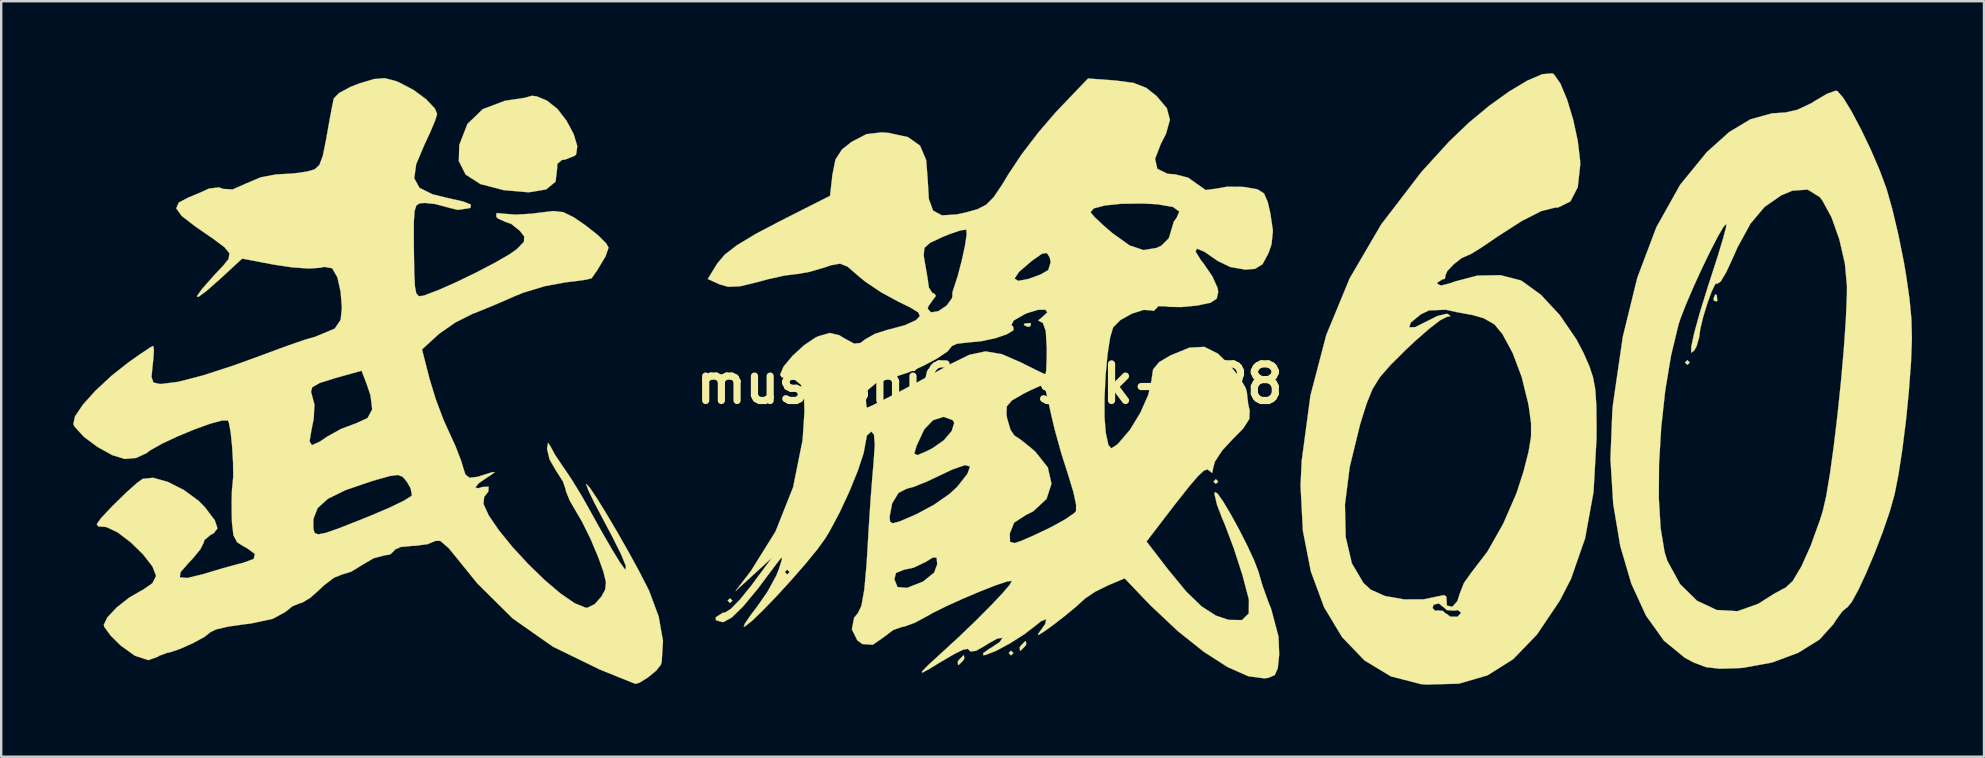
<source format=kicad_pcb>
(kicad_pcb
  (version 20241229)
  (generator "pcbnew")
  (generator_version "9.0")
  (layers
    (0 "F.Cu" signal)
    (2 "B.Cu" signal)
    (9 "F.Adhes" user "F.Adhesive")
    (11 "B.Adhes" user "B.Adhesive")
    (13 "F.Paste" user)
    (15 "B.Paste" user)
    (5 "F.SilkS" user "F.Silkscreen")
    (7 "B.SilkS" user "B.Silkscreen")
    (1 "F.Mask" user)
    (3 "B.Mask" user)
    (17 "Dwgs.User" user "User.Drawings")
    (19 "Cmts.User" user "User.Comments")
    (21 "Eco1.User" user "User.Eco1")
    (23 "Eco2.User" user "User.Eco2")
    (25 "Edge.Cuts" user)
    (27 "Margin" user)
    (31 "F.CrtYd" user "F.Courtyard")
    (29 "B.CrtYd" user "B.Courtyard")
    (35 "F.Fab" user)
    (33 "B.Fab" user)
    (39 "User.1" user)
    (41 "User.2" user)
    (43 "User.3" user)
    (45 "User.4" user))
  (footprint "musashi60-silk-128"
    (layer "F.Cu")
    (at 38.181 12.946)
    (property "Reference" "musashi60-silk-128" (at 0 0 0) (layer "F.SilkS") (effects (font (size 1.524 1.524) (thickness 0.3))))
    (attr through_hole)
    (fp_poly (pts (xy -10.716 9.029) (xy -10.815 9.128) (xy -10.914 9.029) (xy -10.815 8.93) (xy -10.716 9.029)) (stroke (width 0.01) (type solid)) (fill yes) (layer "F.SilkS"))
    (fp_poly (pts (xy 0.992 11.212) (xy 0.893 11.311) (xy 0.794 11.212) (xy 0.893 11.113) (xy 0.992 11.212)) (stroke (width 0.01) (type solid)) (fill yes) (layer "F.SilkS"))
    (fp_poly (pts (xy 9.525 4.068) (xy 9.426 4.167) (xy 9.327 4.068) (xy 9.426 3.969) (xy 9.525 4.068)) (stroke (width 0.01) (type solid)) (fill yes) (layer "F.SilkS"))
    (fp_poly (pts (xy 29.17 -0.893) (xy 29.071 -0.794) (xy 28.972 -0.893) (xy 29.071 -0.992) (xy 29.17 -0.893)) (stroke (width 0.01) (type solid)) (fill yes) (layer "F.SilkS"))
    (fp_poly (pts (xy 1.72 -2.514) (xy 1.693 -2.396) (xy 1.587 -2.381) (xy 1.424 -2.454) (xy 1.455 -2.514) (xy 1.691 -2.537) (xy 1.72 -2.514)) (stroke (width 0.01) (type solid)) (fill yes) (layer "F.SilkS"))
    (fp_poly (pts (xy 30.295 -3.704) (xy 30.319 -3.469) (xy 30.295 -3.44) (xy 30.177 -3.467) (xy 30.163 -3.572) (xy 30.235 -3.735) (xy 30.295 -3.704)) (stroke (width 0.01) (type solid)) (fill yes) (layer "F.SilkS"))
    (fp_poly (pts (xy -1.054 11.439) (xy -1.091 11.509) (xy -1.278 11.699) (xy -1.313 11.708) (xy -1.327 11.58) (xy -1.29 11.509) (xy -1.103 11.32) (xy -1.068 11.311) (xy -1.054 11.439)) (stroke (width 0.01) (type solid)) (fill yes) (layer "F.SilkS"))
    (fp_poly (pts (xy 1.525 10.844) (xy 1.488 10.914) (xy 1.301 11.104) (xy 1.266 11.113) (xy 1.253 10.984) (xy 1.29 10.914) (xy 1.477 10.725) (xy 1.512 10.716) (xy 1.525 10.844)) (stroke (width 0.01) (type solid)) (fill yes) (layer "F.SilkS"))
    (fp_poly (pts (xy -18.869 -11.982) (xy -18.464 -11.812) (xy -18.428 -11.793) (xy -18.007 -11.458) (xy -17.623 -10.961) (xy -17.329 -10.409) (xy -17.179 -9.907) (xy -17.226 -9.563) (xy -17.283 -9.509) (xy -17.684 -9.348) (xy -17.822 -9.33) (xy -18.01 -9.168) (xy -18.021 -8.96) (xy -18.083 -8.429) (xy -18.48 -8.102) (xy -19.204 -7.983) (xy -20.241 -8.073) (xy -21.215 -8.327) (xy -21.832 -8.723) (xy -22.114 -9.283) (xy -22.097 -9.955) (xy -21.756 -10.832) (xy -21.117 -11.449) (xy -20.191 -11.797) (xy -19.853 -11.849) (xy -19.37 -11.921) (xy -19.094 -11.998) (xy -19.082 -12.007) (xy -18.869 -11.982)) (stroke (width 0.01) (type solid)) (fill yes) (layer "F.SilkS"))
    (fp_poly (pts (xy 35.319 -12.205) (xy 35.562 -11.926) (xy 35.905 -11.367) (xy 36.302 -10.618) (xy 36.708 -9.771) (xy 37.077 -8.916) (xy 37.365 -8.141) (xy 37.372 -8.119) (xy 37.615 -7.262) (xy 37.869 -6.184) (xy 38.094 -5.059) (xy 38.187 -4.511) (xy 38.327 -3.535) (xy 38.405 -2.703) (xy 38.426 -1.882) (xy 38.391 -0.94) (xy 38.303 0.254) (xy 38.295 0.351) (xy 38.179 1.519) (xy 38.03 2.705) (xy 37.867 3.771) (xy 37.709 4.582) (xy 37.704 4.602) (xy 37.502 5.318) (xy 37.216 6.153) (xy 36.88 7.028) (xy 36.529 7.863) (xy 36.196 8.578) (xy 35.916 9.09) (xy 35.724 9.321) (xy 35.702 9.327) (xy 35.52 9.481) (xy 35.244 9.865) (xy 35.165 9.996) (xy 34.577 10.649) (xy 33.69 11.201) (xy 32.596 11.608) (xy 31.389 11.828) (xy 31.197 11.842) (xy 30.409 11.865) (xy 29.844 11.798) (xy 29.333 11.606) (xy 28.964 11.408) (xy 28.093 10.695) (xy 27.345 9.649) (xy 26.735 8.32) (xy 26.276 6.756) (xy 25.982 5.005) (xy 25.966 4.755) (xy 27.881 4.755) (xy 27.957 6.011) (xy 28.122 7.006) (xy 28.233 7.362) (xy 28.766 8.339) (xy 29.472 9.032) (xy 30.289 9.417) (xy 31.16 9.468) (xy 32.026 9.16) (xy 32.169 9.069) (xy 32.678 8.746) (xy 33.093 8.52) (xy 33.158 8.491) (xy 33.462 8.207) (xy 33.824 7.6) (xy 34.211 6.735) (xy 34.594 5.674) (xy 34.71 5.306) (xy 34.855 4.677) (xy 35.012 3.737) (xy 35.173 2.569) (xy 35.329 1.258) (xy 35.471 -0.11) (xy 35.589 -1.453) (xy 35.674 -2.684) (xy 35.718 -3.721) (xy 35.721 -4.068) (xy 35.634 -5.012) (xy 35.405 -6.016) (xy 35.077 -6.942) (xy 34.692 -7.649) (xy 34.58 -7.789) (xy 34.083 -8.097) (xy 33.445 -8.052) (xy 32.98 -7.857) (xy 32.288 -7.376) (xy 31.701 -6.679) (xy 31.159 -5.688) (xy 30.974 -5.268) (xy 30.694 -4.662) (xy 30.464 -4.275) (xy 30.328 -4.175) (xy 30.316 -4.195) (xy 30.228 -4.154) (xy 30.076 -3.834) (xy 29.899 -3.345) (xy 29.73 -2.792) (xy 29.607 -2.282) (xy 29.564 -1.954) (xy 29.454 -1.566) (xy 29.354 -1.389) (xy 29.231 -1.301) (xy 29.234 -1.555) (xy 29.355 -2.117) (xy 29.586 -2.955) (xy 29.92 -4.036) (xy 30.085 -4.543) (xy 30.354 -5.381) (xy 30.561 -6.068) (xy 30.682 -6.524) (xy 30.701 -6.672) (xy 30.58 -6.552) (xy 30.344 -6.148) (xy 30.031 -5.542) (xy 29.679 -4.815) (xy 29.328 -4.048) (xy 29.016 -3.322) (xy 28.782 -2.721) (xy 28.704 -2.48) (xy 28.392 -1.187) (xy 28.15 0.267) (xy 27.982 1.799) (xy 27.891 3.323) (xy 27.881 4.755) (xy 25.966 4.755) (xy 25.866 3.118) (xy 25.944 1.142) (xy 25.974 0.831) (xy 26.381 -1.964) (xy 26.982 -4.415) (xy 27.778 -6.526) (xy 28.771 -8.299) (xy 29.876 -9.654) (xy 30.818 -10.498) (xy 31.693 -11.023) (xy 32.593 -11.273) (xy 33.161 -11.31) (xy 33.648 -11.421) (xy 34.236 -11.698) (xy 34.415 -11.81) (xy 34.893 -12.09) (xy 35.241 -12.214) (xy 35.319 -12.205)) (stroke (width 0.01) (type solid)) (fill yes) (layer "F.SilkS"))
    (fp_poly (pts (xy 23.512 -12.901) (xy 23.784 -12.509) (xy 24.063 -11.838) (xy 24.315 -11.005) (xy 24.505 -10.126) (xy 24.601 -9.317) (xy 24.606 -9.12) (xy 24.504 -8.193) (xy 24.197 -7.603) (xy 23.688 -7.352) (xy 23.539 -7.342) (xy 22.987 -7.203) (xy 22.181 -6.795) (xy 21.147 -6.131) (xy 21.001 -6.029) (xy 20.47 -5.669) (xy 20.075 -5.425) (xy 19.927 -5.358) (xy 19.667 -5.245) (xy 19.338 -4.986) (xy 19.067 -4.699) (xy 18.983 -4.502) (xy 18.991 -4.491) (xy 18.964 -4.375) (xy 18.885 -4.366) (xy 18.666 -4.231) (xy 18.653 -4.165) (xy 18.813 -4.1) (xy 19.232 -4.208) (xy 19.372 -4.264) (xy 20.314 -4.513) (xy 21.283 -4.532) (xy 22.114 -4.318) (xy 22.185 -4.283) (xy 22.972 -3.711) (xy 23.759 -2.864) (xy 24.451 -1.851) (xy 24.745 -1.29) (xy 24.984 -0.748) (xy 25.142 -0.274) (xy 25.235 0.237) (xy 25.278 0.89) (xy 25.288 1.79) (xy 25.286 2.282) (xy 25.161 4.502) (xy 24.81 6.433) (xy 24.223 8.12) (xy 23.749 9.04) (xy 22.804 10.441) (xy 21.813 11.468) (xy 20.741 12.143) (xy 19.549 12.488) (xy 18.201 12.526) (xy 17.959 12.504) (xy 16.715 12.183) (xy 15.618 11.52) (xy 14.685 10.549) (xy 13.957 9.338) (xy 18.455 9.338) (xy 18.574 9.461) (xy 18.639 9.434) (xy 18.894 9.459) (xy 18.949 9.522) (xy 19.199 9.695) (xy 19.499 9.699) (xy 19.645 9.533) (xy 19.645 9.531) (xy 19.501 9.418) (xy 19.368 9.446) (xy 19.047 9.423) (xy 18.959 9.34) (xy 18.715 9.145) (xy 18.497 9.199) (xy 18.455 9.338) (xy 13.957 9.338) (xy 13.935 9.302) (xy 13.384 7.812) (xy 13.051 6.114) (xy 12.995 5.024) (xy 14.804 5.024) (xy 14.835 6.376) (xy 15.093 7.476) (xy 15.577 8.295) (xy 15.881 8.573) (xy 16.474 8.836) (xy 17.269 8.976) (xy 18.082 8.975) (xy 18.608 8.864) (xy 18.938 8.798) (xy 19.031 8.865) (xy 19.052 9.234) (xy 19.28 9.283) (xy 19.489 9.047) (xy 19.578 8.762) (xy 19.763 8.29) (xy 20.056 7.88) (xy 20.742 6.983) (xy 21.397 5.828) (xy 21.951 4.553) (xy 22.24 3.664) (xy 22.455 2.821) (xy 22.558 2.198) (xy 22.559 1.636) (xy 22.469 0.977) (xy 22.436 0.795) (xy 22.168 -0.29) (xy 21.794 -1.287) (xy 21.363 -2.084) (xy 21.032 -2.482) (xy 20.594 -2.734) (xy 20.126 -2.87) (xy 19.479 -2.989) (xy 19.001 -3.092) (xy 18.302 -3.063) (xy 17.959 -2.896) (xy 17.546 -2.555) (xy 17.482 -2.359) (xy 17.729 -2.367) (xy 18.157 -2.58) (xy 18.651 -2.828) (xy 19.031 -2.921) (xy 19.1 -2.909) (xy 19.2 -2.82) (xy 19.044 -2.794) (xy 18.777 -2.656) (xy 18.31 -2.297) (xy 17.719 -1.78) (xy 17.351 -1.433) (xy 16.696 -0.783) (xy 16.256 -0.277) (xy 15.952 0.213) (xy 15.709 0.812) (xy 15.448 1.646) (xy 15.434 1.692) (xy 15.004 3.452) (xy 14.804 5.024) (xy 12.995 5.024) (xy 12.954 4.24) (xy 13.002 3.207) (xy 13.367 0.48) (xy 14.026 -2.038) (xy 15.001 -4.398) (xy 16.315 -6.646) (xy 17.991 -8.832) (xy 19.136 -10.089) (xy 19.951 -10.871) (xy 20.808 -11.583) (xy 21.646 -12.185) (xy 22.404 -12.638) (xy 23.02 -12.903) (xy 23.435 -12.941) (xy 23.512 -12.901)) (stroke (width 0.01) (type solid)) (fill yes) (layer "F.SilkS"))
    (fp_poly (pts (xy -24.772 -12.63) (xy -24.609 -12.566) (xy -24.01 -12.253) (xy -23.475 -11.86) (xy -23.113 -11.475) (xy -23.019 -11.247) (xy -23.101 -10.975) (xy -23.312 -10.472) (xy -23.537 -9.994) (xy -23.891 -9.156) (xy -23.972 -8.569) (xy -23.756 -8.172) (xy -23.216 -7.902) (xy -22.583 -7.747) (xy -21.921 -7.598) (xy -21.614 -7.473) (xy -21.623 -7.355) (xy -21.671 -7.323) (xy -22.155 -7.251) (xy -22.52 -7.341) (xy -23.101 -7.495) (xy -23.525 -7.541) (xy -23.743 -7.527) (xy -23.882 -7.44) (xy -23.958 -7.205) (xy -23.989 -6.752) (xy -23.99 -6.007) (xy -23.986 -5.55) (xy -23.972 -4.65) (xy -23.945 -4.078) (xy -23.887 -3.77) (xy -23.783 -3.656) (xy -23.616 -3.671) (xy -23.541 -3.693) (xy -22.951 -3.917) (xy -22.191 -4.255) (xy -21.372 -4.652) (xy -20.605 -5.053) (xy -20 -5.403) (xy -19.695 -5.619) (xy -19.401 -5.924) (xy -19.392 -6.147) (xy -19.577 -6.384) (xy -19.928 -6.666) (xy -20.16 -6.747) (xy -20.492 -6.895) (xy -20.556 -6.974) (xy -20.543 -7.121) (xy -20.221 -7.09) (xy -19.741 -7.054) (xy -19.078 -7.093) (xy -18.766 -7.134) (xy -18.186 -7.204) (xy -17.762 -7.156) (xy -17.331 -6.946) (xy -16.831 -6.603) (xy -16.319 -6.198) (xy -15.972 -5.853) (xy -15.875 -5.681) (xy -15.999 -5.322) (xy -16.34 -4.75) (xy -16.583 -4.402) (xy -16.788 -4.349) (xy -17.268 -4.279) (xy -17.69 -4.23) (xy -18.535 -4.073) (xy -19.425 -3.803) (xy -19.745 -3.674) (xy -20.499 -3.345) (xy -21.265 -3.028) (xy -21.555 -2.915) (xy -22.254 -2.564) (xy -22.917 -2.103) (xy -23.012 -2.02) (xy -23.649 -1.438) (xy -23.339 -0.226) (xy -23.081 0.622) (xy -22.757 1.486) (xy -22.556 1.932) (xy -22.253 2.594) (xy -22.016 3.21) (xy -21.947 3.444) (xy -21.842 3.774) (xy -21.671 3.909) (xy -21.329 3.869) (xy -20.737 3.681) (xy -20.611 3.67) (xy -20.804 3.815) (xy -20.886 3.863) (xy -21.275 4.129) (xy -21.427 4.31) (xy -21.308 4.348) (xy -21.134 4.294) (xy -20.873 4.281) (xy -20.885 4.485) (xy -21.059 4.708) (xy -21.089 4.998) (xy -20.867 5.481) (xy -20.446 6.098) (xy -19.883 6.79) (xy -19.231 7.498) (xy -18.546 8.164) (xy -17.881 8.729) (xy -17.292 9.134) (xy -16.834 9.321) (xy -16.761 9.327) (xy -16.454 9.175) (xy -16.173 8.859) (xy -16.017 8.568) (xy -15.984 8.269) (xy -16.085 7.839) (xy -16.305 7.222) (xy -16.625 6.46) (xy -16.982 5.737) (xy -17.203 5.361) (xy -17.492 4.864) (xy -17.651 4.473) (xy -17.661 4.4) (xy -17.776 4.064) (xy -18.053 3.632) (xy -18.058 3.626) (xy -18.336 3.14) (xy -18.439 2.702) (xy -18.399 2.452) (xy -18.309 2.58) (xy -18.118 2.934) (xy -17.802 3.408) (xy -17.754 3.473) (xy -17.401 3.999) (xy -16.986 4.68) (xy -16.771 5.06) (xy -16.208 6.072) (xy -15.74 6.883) (xy -15.394 7.447) (xy -15.196 7.721) (xy -15.168 7.739) (xy -15.155 7.587) (xy -15.341 7.125) (xy -15.73 6.343) (xy -16.123 5.606) (xy -16.468 4.949) (xy -16.71 4.449) (xy -16.809 4.188) (xy -16.803 4.167) (xy -16.654 4.329) (xy -16.361 4.766) (xy -15.968 5.403) (xy -15.518 6.164) (xy -15.056 6.976) (xy -14.625 7.763) (xy -14.27 8.45) (xy -14.181 8.632) (xy -13.788 9.692) (xy -13.608 10.713) (xy -13.662 11.573) (xy -13.697 11.701) (xy -13.89 11.944) (xy -14.244 12.235) (xy -14.597 12.453) (xy -14.757 12.496) (xy -14.939 12.424) (xy -15.4 12.239) (xy -16.049 11.977) (xy -16.242 11.898) (xy -18.197 10.946) (xy -19.871 9.77) (xy -21.347 8.308) (xy -22.014 7.482) (xy -22.533 6.845) (xy -22.886 6.539) (xy -23.089 6.539) (xy -23.411 6.675) (xy -23.939 6.745) (xy -24.051 6.747) (xy -24.533 6.793) (xy -24.791 6.908) (xy -24.805 6.945) (xy -24.972 7.104) (xy -25.22 7.144) (xy -25.668 7.263) (xy -26.14 7.541) (xy -26.595 7.821) (xy -26.977 7.938) (xy -27.317 8.073) (xy -27.755 8.409) (xy -27.88 8.533) (xy -28.298 8.907) (xy -28.642 9.114) (xy -28.711 9.128) (xy -29.039 9.258) (xy -29.343 9.499) (xy -29.869 9.787) (xy -30.779 9.981) (xy -31.027 10.011) (xy -31.712 10.108) (xy -32.227 10.227) (xy -32.456 10.337) (xy -32.706 10.535) (xy -33.176 10.792) (xy -33.711 11.033) (xy -34.155 11.184) (xy -34.266 11.202) (xy -34.605 11.328) (xy -34.646 11.363) (xy -35.052 11.507) (xy -35.614 11.323) (xy -36.208 10.894) (xy -36.625 10.48) (xy -36.876 10.139) (xy -36.909 10.038) (xy -36.754 9.721) (xy -36.363 9.309) (xy -35.844 8.9) (xy -35.307 8.59) (xy -35.272 8.575) (xy -34.882 8.304) (xy -34.727 7.999) (xy -34.879 7.605) (xy -35.266 7.106) (xy -35.783 6.6) (xy -36.325 6.188) (xy -36.786 5.967) (xy -36.893 5.953) (xy -37.143 5.935) (xy -37.198 5.839) (xy -37.031 5.602) (xy -36.617 5.16) (xy -36.504 5.045) (xy -35.986 4.538) (xy -35.535 4.136) (xy -35.287 3.954) (xy -34.848 3.909) (xy -34.235 4.083) (xy -33.565 4.422) (xy -32.951 4.874) (xy -32.68 5.152) (xy -32.281 5.683) (xy -32.17 6.019) (xy -32.332 6.227) (xy -32.445 6.278) (xy -32.711 6.501) (xy -32.748 6.619) (xy -32.883 6.889) (xy -33.214 7.292) (xy -33.355 7.437) (xy -33.71 7.844) (xy -33.738 8.058) (xy -33.43 8.085) (xy -32.777 7.928) (xy -32.594 7.872) (xy -31.912 7.668) (xy -31.295 7.501) (xy -31.105 7.455) (xy -30.661 7.291) (xy -30.611 7.082) (xy -30.956 6.831) (xy -31.055 6.783) (xy -31.352 6.596) (xy -31.506 6.304) (xy -31.566 5.784) (xy -31.567 5.765) (xy -28.178 5.765) (xy -28.174 6.04) (xy -28.123 6.21) (xy -27.967 6.267) (xy -27.648 6.203) (xy -27.106 6.013) (xy -26.284 5.688) (xy -25.722 5.462) (xy -24.996 5.152) (xy -24.428 4.877) (xy -24.107 4.68) (xy -24.068 4.635) (xy -24.124 4.346) (xy -24.282 4.071) (xy -24.45 3.872) (xy -24.647 3.793) (xy -24.979 3.835) (xy -25.554 3.995) (xy -25.771 4.06) (xy -26.845 4.427) (xy -27.571 4.786) (xy -27.996 5.17) (xy -28.169 5.611) (xy -28.178 5.765) (xy -31.567 5.765) (xy -31.575 5.511) (xy -31.58 4.881) (xy -31.567 4.412) (xy -31.551 4.266) (xy -31.515 3.872) (xy -31.521 3.275) (xy -31.56 2.609) (xy -31.581 2.398) (xy -28.333 2.398) (xy -28.234 2.549) (xy -27.913 2.408) (xy -27.606 2.199) (xy -27.021 1.874) (xy -26.385 1.636) (xy -25.916 1.421) (xy -25.724 1.058) (xy -25.793 0.482) (xy -25.965 -0.027) (xy -26.167 -0.55) (xy -27.279 -0.24) (xy -27.915 -0.038) (xy -28.225 0.139) (xy -28.274 0.334) (xy -28.257 0.382) (xy -28.13 0.858) (xy -28.16 1.445) (xy -28.258 1.935) (xy -28.333 2.398) (xy -31.581 2.398) (xy -31.621 2.008) (xy -31.698 1.606) (xy -31.737 1.523) (xy -31.98 1.522) (xy -32.476 1.658) (xy -33.123 1.891) (xy -33.822 2.18) (xy -34.47 2.483) (xy -34.965 2.761) (xy -35.136 2.888) (xy -35.56 3.084) (xy -36.032 3.126) (xy -36.552 2.967) (xy -37.166 2.628) (xy -37.735 2.204) (xy -38.116 1.79) (xy -38.176 1.676) (xy -38.108 1.355) (xy -37.779 0.866) (xy -37.248 0.276) (xy -36.575 -0.349) (xy -35.867 -0.907) (xy -35.349 -1.271) (xy -34.975 -1.519) (xy -34.844 -1.587) (xy -34.818 -1.413) (xy -34.848 -0.977) (xy -34.871 -0.794) (xy -34.918 -0.287) (xy -34.84 -0.059) (xy -34.587 -0.001) (xy -34.498 0) (xy -33.802 -0.089) (xy -32.783 -0.352) (xy -31.469 -0.779) (xy -30.361 -1.182) (xy -29.577 -1.473) (xy -28.913 -1.711) (xy -28.473 -1.859) (xy -28.377 -1.886) (xy -28.083 -1.969) (xy -28.029 -1.994) (xy -27.831 -2.076) (xy -27.286 -2.305) (xy -27.038 -2.67) (xy -26.988 -3.183) (xy -27.04 -3.838) (xy -27.168 -4.415) (xy -27.183 -4.457) (xy -27.392 -4.819) (xy -27.717 -4.877) (xy -27.901 -4.839) (xy -28.361 -4.808) (xy -29.054 -4.856) (xy -29.783 -4.964) (xy -31.143 -5.221) (xy -32.037 -4.396) (xy -32.631 -3.872) (xy -32.966 -3.624) (xy -33.031 -3.651) (xy -32.819 -3.949) (xy -32.335 -4.499) (xy -31.934 -4.924) (xy -31.705 -5.213) (xy -31.674 -5.443) (xy -31.871 -5.69) (xy -32.321 -6.028) (xy -33.054 -6.534) (xy -33.089 -6.558) (xy -33.66 -6.999) (xy -33.888 -7.314) (xy -33.786 -7.555) (xy -33.387 -7.765) (xy -32.874 -7.979) (xy -32.526 -8.139) (xy -32.11 -8.19) (xy -31.933 -8.126) (xy -31.536 -8.104) (xy -30.997 -8.343) (xy -30.369 -8.608) (xy -29.728 -8.73) (xy -29.68 -8.731) (xy -29.008 -8.769) (xy -28.44 -8.848) (xy -28.124 -8.94) (xy -27.924 -9.123) (xy -27.784 -9.494) (xy -27.652 -10.146) (xy -27.627 -10.286) (xy -27.499 -11.003) (xy -27.389 -11.586) (xy -27.324 -11.895) (xy -27.107 -12.118) (xy -26.633 -12.374) (xy -26.276 -12.514) (xy -25.648 -12.703) (xy -25.207 -12.74) (xy -24.772 -12.63)) (stroke (width 0.01) (type solid)) (fill yes) (layer "F.SilkS"))
    (fp_poly (pts (xy 5.234 -12.643) (xy 5.992 -12.543) (xy 6.521 -12.339) (xy 6.954 -11.997) (xy 7.383 -11.49) (xy 7.512 -11.006) (xy 7.35 -10.424) (xy 7.136 -10.007) (xy 6.893 -9.38) (xy 6.987 -8.961) (xy 7.416 -8.755) (xy 7.733 -8.731) (xy 8.273 -8.593) (xy 8.621 -8.347) (xy 9.002 -8.079) (xy 9.418 -8.133) (xy 9.906 -8.218) (xy 10.541 -8.211) (xy 10.677 -8.195) (xy 11.162 -8.108) (xy 11.431 -7.94) (xy 11.588 -7.578) (xy 11.696 -7.112) (xy 11.804 -6.382) (xy 11.746 -5.816) (xy 11.618 -5.45) (xy 11.37 -4.985) (xy 11.054 -4.794) (xy 10.653 -4.763) (xy 10.03 -4.871) (xy 9.502 -5.126) (xy 8.946 -5.51) (xy 8.632 -5.637) (xy 8.583 -5.51) (xy 8.82 -5.133) (xy 8.916 -5.014) (xy 9.281 -4.483) (xy 9.498 -3.997) (xy 9.525 -3.836) (xy 9.461 -3.551) (xy 9.203 -3.383) (xy 8.651 -3.267) (xy 8.631 -3.264) (xy 7.993 -3.203) (xy 7.465 -3.212) (xy 7.341 -3.233) (xy 7.025 -3.239) (xy 6.945 -3.145) (xy 6.826 -3.037) (xy 6.77 -3.062) (xy 6.421 -3.085) (xy 5.926 -2.928) (xy 5.447 -2.66) (xy 5.145 -2.355) (xy 5.019 -1.927) (xy 4.912 -1.221) (xy 4.832 -0.355) (xy 4.788 0.552) (xy 4.787 1.382) (xy 4.837 2.016) (xy 4.847 2.074) (xy 4.95 2.544) (xy 5.068 2.683) (xy 5.279 2.551) (xy 5.369 2.471) (xy 5.846 1.913) (xy 6.286 1.19) (xy 6.612 0.451) (xy 6.747 -0.157) (xy 6.747 -0.18) (xy 6.81 -0.604) (xy 7.064 -0.91) (xy 7.533 -1.187) (xy 8.326 -1.513) (xy 8.947 -1.545) (xy 9.507 -1.265) (xy 9.998 -0.793) (xy 10.404 -0.283) (xy 10.666 0.162) (xy 10.718 0.348) (xy 10.772 0.831) (xy 10.835 1.117) (xy 10.82 1.46) (xy 10.561 1.863) (xy 10.137 2.29) (xy 9.684 2.78) (xy 9.388 3.235) (xy 9.324 3.455) (xy 9.275 3.709) (xy 9.168 3.63) (xy 9.073 3.557) (xy 8.923 3.616) (xy 8.678 3.845) (xy 8.303 4.283) (xy 7.76 4.971) (xy 7.189 5.713) (xy 6.538 6.565) (xy 7.438 7.734) (xy 8.193 8.652) (xy 8.835 9.273) (xy 9.43 9.653) (xy 9.956 9.83) (xy 10.514 9.839) (xy 10.797 9.562) (xy 10.803 9) (xy 10.789 8.931) (xy 10.536 7.972) (xy 10.183 6.876) (xy 9.803 5.864) (xy 9.686 5.591) (xy 9.474 5.036) (xy 9.374 4.615) (xy 9.379 4.505) (xy 9.492 4.563) (xy 9.729 4.897) (xy 10.044 5.425) (xy 10.394 6.064) (xy 10.733 6.732) (xy 11.017 7.345) (xy 11.201 7.82) (xy 11.233 7.938) (xy 11.374 8.414) (xy 11.605 9.061) (xy 11.735 9.388) (xy 12.038 10.533) (xy 12.065 11.273) (xy 12.007 11.843) (xy 11.881 12.129) (xy 11.618 12.244) (xy 11.449 12.268) (xy 10.775 12.177) (xy 9.916 11.797) (xy 8.921 11.158) (xy 7.836 10.293) (xy 6.71 9.233) (xy 6.447 8.962) (xy 5.627 8.101) (xy 4.939 8.389) (xy 4.399 8.656) (xy 3.992 8.928) (xy 3.961 8.956) (xy 3.584 9.295) (xy 3.128 9.671) (xy 2.668 10.028) (xy 2.279 10.309) (xy 2.036 10.46) (xy 2.014 10.424) (xy 2.034 10.399) (xy 2.321 9.998) (xy 2.356 9.809) (xy 2.152 9.879) (xy 1.935 10.052) (xy 1.445 10.429) (xy 0.848 10.809) (xy 0.271 11.12) (xy -0.162 11.29) (xy -0.259 11.303) (xy -0.273 11.22) (xy 0.001 11.027) (xy 0.067 10.99) (xy 0.421 10.754) (xy 0.532 10.589) (xy 0.525 10.579) (xy 0.313 10.613) (xy -0.077 10.83) (xy -0.17 10.894) (xy -0.566 11.119) (xy -0.806 11.147) (xy -0.826 11.12) (xy -0.909 11.037) (xy -1.106 11.073) (xy -1.479 11.257) (xy -2.091 11.615) (xy -2.518 11.876) (xy -2.804 12.033) (xy -2.818 11.98) (xy -2.546 11.702) (xy -1.984 11.188) (xy -1.276 10.538) (xy -0.582 9.871) (xy 0.041 9.246) (xy 0.537 8.721) (xy 0.85 8.353) (xy 0.926 8.202) (xy 0.716 8.233) (xy 0.242 8.394) (xy -0.398 8.645) (xy -1.109 8.946) (xy -1.795 9.256) (xy -2.361 9.536) (xy -2.603 9.674) (xy -3.128 9.955) (xy -3.558 10.11) (xy -3.645 10.12) (xy -4.018 10.253) (xy -4.366 10.517) (xy -4.866 10.867) (xy -5.306 10.836) (xy -5.517 10.676) (xy -5.739 10.22) (xy -5.646 9.739) (xy -5.487 9.55) (xy -5.341 9.241) (xy -5.222 8.571) (xy -5.182 8.136) (xy -3.969 8.136) (xy -3.836 8.464) (xy -3.438 8.496) (xy -2.775 8.234) (xy -2.768 8.23) (xy -2.311 7.862) (xy -2.183 7.513) (xy -2.209 7.238) (xy -2.36 7.229) (xy -2.672 7.419) (xy -3.171 7.657) (xy -3.565 7.739) (xy -3.901 7.876) (xy -3.969 8.136) (xy -5.182 8.136) (xy -5.127 7.526) (xy -5.095 6.996) (xy -5.031 5.907) (xy -5.006 5.532) (xy -4.167 5.532) (xy -4.167 5.532) (xy -4.147 5.74) (xy -4.033 5.807) (xy -3.741 5.726) (xy -3.189 5.489) (xy -3.026 5.415) (xy -2.312 5.031) (xy -1.669 4.583) (xy -1.348 4.285) (xy -0.924 3.743) (xy -0.815 3.442) (xy -1.021 3.381) (xy -1.542 3.56) (xy -1.979 3.767) (xy -2.629 4.074) (xy -3.167 4.29) (xy -3.46 4.366) (xy -3.797 4.541) (xy -4.061 4.976) (xy -4.167 5.532) (xy -5.006 5.532) (xy -4.958 4.807) (xy -4.884 3.847) (xy -4.838 3.324) (xy -4.809 2.902) (xy -3.138 2.902) (xy -3.012 2.966) (xy -2.64 2.811) (xy -2.377 2.677) (xy -1.904 2.345) (xy -1.578 1.959) (xy -1.476 1.624) (xy -1.528 1.514) (xy -1.913 1.37) (xy -2.358 1.511) (xy -2.717 1.884) (xy -2.744 1.936) (xy -3.042 2.574) (xy -3.138 2.902) (xy -4.809 2.902) (xy -4.784 2.544) (xy -4.818 2.111) (xy -4.932 1.984) (xy -5.114 2.151) (xy -5.159 2.397) (xy -5.25 2.888) (xy -5.492 3.617) (xy -5.841 4.477) (xy -6.252 5.36) (xy -6.68 6.16) (xy -6.855 6.446) (xy -7.189 6.906) (xy -7.678 7.502) (xy -8.256 8.165) (xy -8.86 8.825) (xy -9.426 9.414) (xy -9.89 9.862) (xy -10.189 10.099) (xy -10.245 10.12) (xy -10.194 9.982) (xy -9.95 9.624) (xy -9.691 9.285) (xy -9.253 8.654) (xy -8.898 8.007) (xy -8.829 7.838) (xy -8.533 7.838) (xy -8.434 7.938) (xy -8.334 7.838) (xy -8.434 7.739) (xy -8.533 7.838) (xy -8.829 7.838) (xy -8.791 7.747) (xy -8.654 7.317) (xy -8.66 7.218) (xy -8.816 7.407) (xy -8.841 7.441) (xy -9.645 8.516) (xy -10.271 9.271) (xy -10.74 9.729) (xy -11.075 9.915) (xy -11.136 9.922) (xy -11.403 9.844) (xy -11.41 9.723) (xy -11.121 9.537) (xy -11.025 9.525) (xy -10.785 9.376) (xy -10.4 8.982) (xy -9.949 8.428) (xy -9.916 8.384) (xy -9.069 7.243) (xy -9.829 7.938) (xy -10.589 8.632) (xy -9.95 7.8) (xy -8.919 6.147) (xy -8.187 4.302) (xy -7.798 2.371) (xy -7.782 2.198) (xy -7.722 1.272) (xy 0.702 1.272) (xy 0.734 1.454) (xy 0.871 1.911) (xy 1.035 2.153) (xy 1.043 2.156) (xy 1.295 2.323) (xy 1.713 2.657) (xy 1.904 2.822) (xy 2.425 3.479) (xy 2.577 4.159) (xy 2.371 4.792) (xy 1.817 5.307) (xy 1.517 5.458) (xy 1.019 5.78) (xy 0.841 6.229) (xy 0.85 6.582) (xy 1.04 6.632) (xy 1.286 6.55) (xy 1.763 6.346) (xy 2.386 6.052) (xy 2.623 5.934) (xy 3.151 5.64) (xy 3.519 5.387) (xy 3.6 5.304) (xy 3.603 5.03) (xy 3.489 4.498) (xy 3.283 3.821) (xy 3.274 3.793) (xy 2.987 2.891) (xy 2.718 1.921) (xy 2.567 1.29) (xy 2.428 0.656) (xy 2.32 0.201) (xy 2.272 0.04) (xy 2.09 0.088) (xy 1.674 0.276) (xy 1.421 0.403) (xy 0.927 0.688) (xy 0.715 0.936) (xy 0.702 1.272) (xy -7.722 1.272) (xy -7.714 1.162) (xy -7.731 0.62) (xy -5.159 0.62) (xy -5.135 0.929) (xy -5.104 0.992) (xy -4.914 0.908) (xy -4.469 0.688) (xy -3.864 0.38) (xy -3.864 0.38) (xy -3.041 -0.054) (xy -2.173 -0.525) (xy -1.663 -0.811) (xy -0.844 -1.214) (xy -0.17 -1.356) (xy 0.51 -1.241) (xy 1.306 -0.894) (xy 1.85 -0.622) (xy 2.226 -0.441) (xy 2.332 -0.398) (xy 2.359 -0.577) (xy 2.377 -1.04) (xy 2.381 -1.488) (xy 2.34 -2.205) (xy 2.216 -2.547) (xy 2.133 -2.583) (xy 2.025 -2.647) (xy 2.177 -2.77) (xy 2.404 -2.982) (xy 2.324 -3.093) (xy 2.021 -3.088) (xy 1.574 -2.954) (xy 1.448 -2.898) (xy 1 -2.64) (xy 0.91 -2.455) (xy 0.978 -2.39) (xy 0.998 -2.242) (xy 0.719 -2.069) (xy 0.234 -1.903) (xy -0.362 -1.778) (xy -0.907 -1.727) (xy -1.361 -1.675) (xy -1.583 -1.574) (xy -1.587 -1.557) (xy -1.754 -1.353) (xy -2.181 -1.067) (xy -2.757 -0.758) (xy -3.369 -0.485) (xy -3.908 -0.308) (xy -3.969 -0.294) (xy -4.689 -0.073) (xy -5.068 0.248) (xy -5.159 0.62) (xy -7.731 0.62) (xy -7.736 0.46) (xy -7.86 0.037) (xy -8.099 -0.163) (xy -8.344 -0.198) (xy -8.661 -0.277) (xy -8.731 -0.382) (xy -8.584 -0.723) (xy -8.214 -1.169) (xy -7.732 -1.611) (xy -7.249 -1.936) (xy -7.149 -1.982) (xy -6.661 -2.124) (xy -6.266 -2.03) (xy -6.037 -1.893) (xy -5.645 -1.679) (xy -5.383 -1.706) (xy -5.192 -1.853) (xy -4.777 -2.088) (xy -4.2 -2.271) (xy -4.128 -2.285) (xy -3.544 -2.442) (xy -3.09 -2.646) (xy -3.054 -2.67) (xy -2.905 -2.826) (xy -2.974 -2.982) (xy -3.314 -3.191) (xy -3.788 -3.421) (xy -4.511 -3.813) (xy -5.19 -4.268) (xy -5.497 -4.522) (xy -5.915 -4.886) (xy -6.229 -5.012) (xy -6.617 -4.943) (xy -6.886 -4.85) (xy -7.498 -4.671) (xy -8.034 -4.577) (xy -8.105 -4.573) (xy -8.554 -4.513) (xy -9.207 -4.369) (xy -9.667 -4.245) (xy -10.396 -4.068) (xy -10.896 -4.046) (xy -11.253 -4.15) (xy -11.742 -4.373) (xy -11.349 -5.014) (xy -11.062 -5.356) (xy -2.747 -5.356) (xy -2.69 -5.008) (xy -2.593 -4.457) (xy -2.536 -4.059) (xy -2.532 -4.018) (xy -2.384 -3.787) (xy -2.308 -3.77) (xy -2.237 -3.668) (xy -2.342 -3.532) (xy -2.55 -3.24) (xy -2.58 -3.135) (xy -2.444 -2.982) (xy -2.137 -3.031) (xy -1.808 -3.252) (xy -1.761 -3.305) (xy -1.57 -3.572) (xy -1.551 -3.652) (xy -1.548 -3.821) (xy -1.501 -3.969) (xy -1.364 -4.39) (xy 1.04 -4.39) (xy 1.189 -4.294) (xy 1.611 -4.372) (xy 2.11 -4.553) (xy 2.435 -4.738) (xy 2.444 -4.746) (xy 2.543 -5.07) (xy 2.504 -5.269) (xy 2.386 -5.455) (xy 2.186 -5.426) (xy 1.8 -5.158) (xy 1.744 -5.116) (xy 1.226 -4.669) (xy 1.04 -4.39) (xy -1.364 -4.39) (xy -1.326 -4.51) (xy -1.159 -5.146) (xy -1.027 -5.757) (xy -0.956 -6.225) (xy -0.97 -6.429) (xy -1.208 -6.398) (xy -1.675 -6.24) (xy -1.96 -6.124) (xy -2.481 -5.881) (xy -2.716 -5.667) (xy -2.747 -5.356) (xy -11.062 -5.356) (xy -11.039 -5.384) (xy -10.522 -5.784) (xy -9.74 -6.253) (xy -8.802 -6.747) (xy -6.648 -7.838) (xy -6.548 -8.725) (xy -6.422 -9.353) (xy -6.148 -9.773) (xy -5.755 -10.082) (xy -5.138 -10.405) (xy -4.503 -10.482) (xy -4.209 -10.459) (xy -3.403 -10.284) (xy -2.9 -9.93) (xy -2.644 -9.331) (xy -2.58 -8.526) (xy -2.533 -7.704) (xy -2.354 -7.22) (xy -1.984 -7.023) (xy -1.366 -7.063) (xy -1.009 -7.14) (xy -0.957 -7.154) (xy 4.204 -7.154) (xy 4.206 -7.148) (xy 4.381 -6.943) (xy 4.77 -6.58) (xy 5.129 -6.273) (xy 5.831 -5.771) (xy 6.408 -5.577) (xy 6.951 -5.665) (xy 7.157 -5.762) (xy 7.467 -6.073) (xy 7.541 -6.317) (xy 7.674 -6.761) (xy 7.787 -6.914) (xy 7.905 -7.182) (xy 7.641 -7.372) (xy 6.992 -7.485) (xy 6.38 -7.517) (xy 5.497 -7.506) (xy 4.792 -7.434) (xy 4.337 -7.313) (xy 4.204 -7.154) (xy -0.957 -7.154) (xy -0.502 -7.281) (xy -0.139 -7.469) (xy 0.175 -7.788) (xy 0.534 -8.322) (xy 0.788 -8.745) (xy 1.335 -9.567) (xy 2.034 -10.481) (xy 2.747 -11.31) (xy 2.851 -11.42) (xy 4.1 -12.726) (xy 5.234 -12.643)) (stroke (width 0.01) (type solid)) (fill yes) (layer "F.SilkS")))
  (gr_rect
    (start -3 -3)
    (end 79.611 28.477)
    (stroke (width 0.1) (type default))
    (fill no)
    (layer "Edge.Cuts")))
</source>
